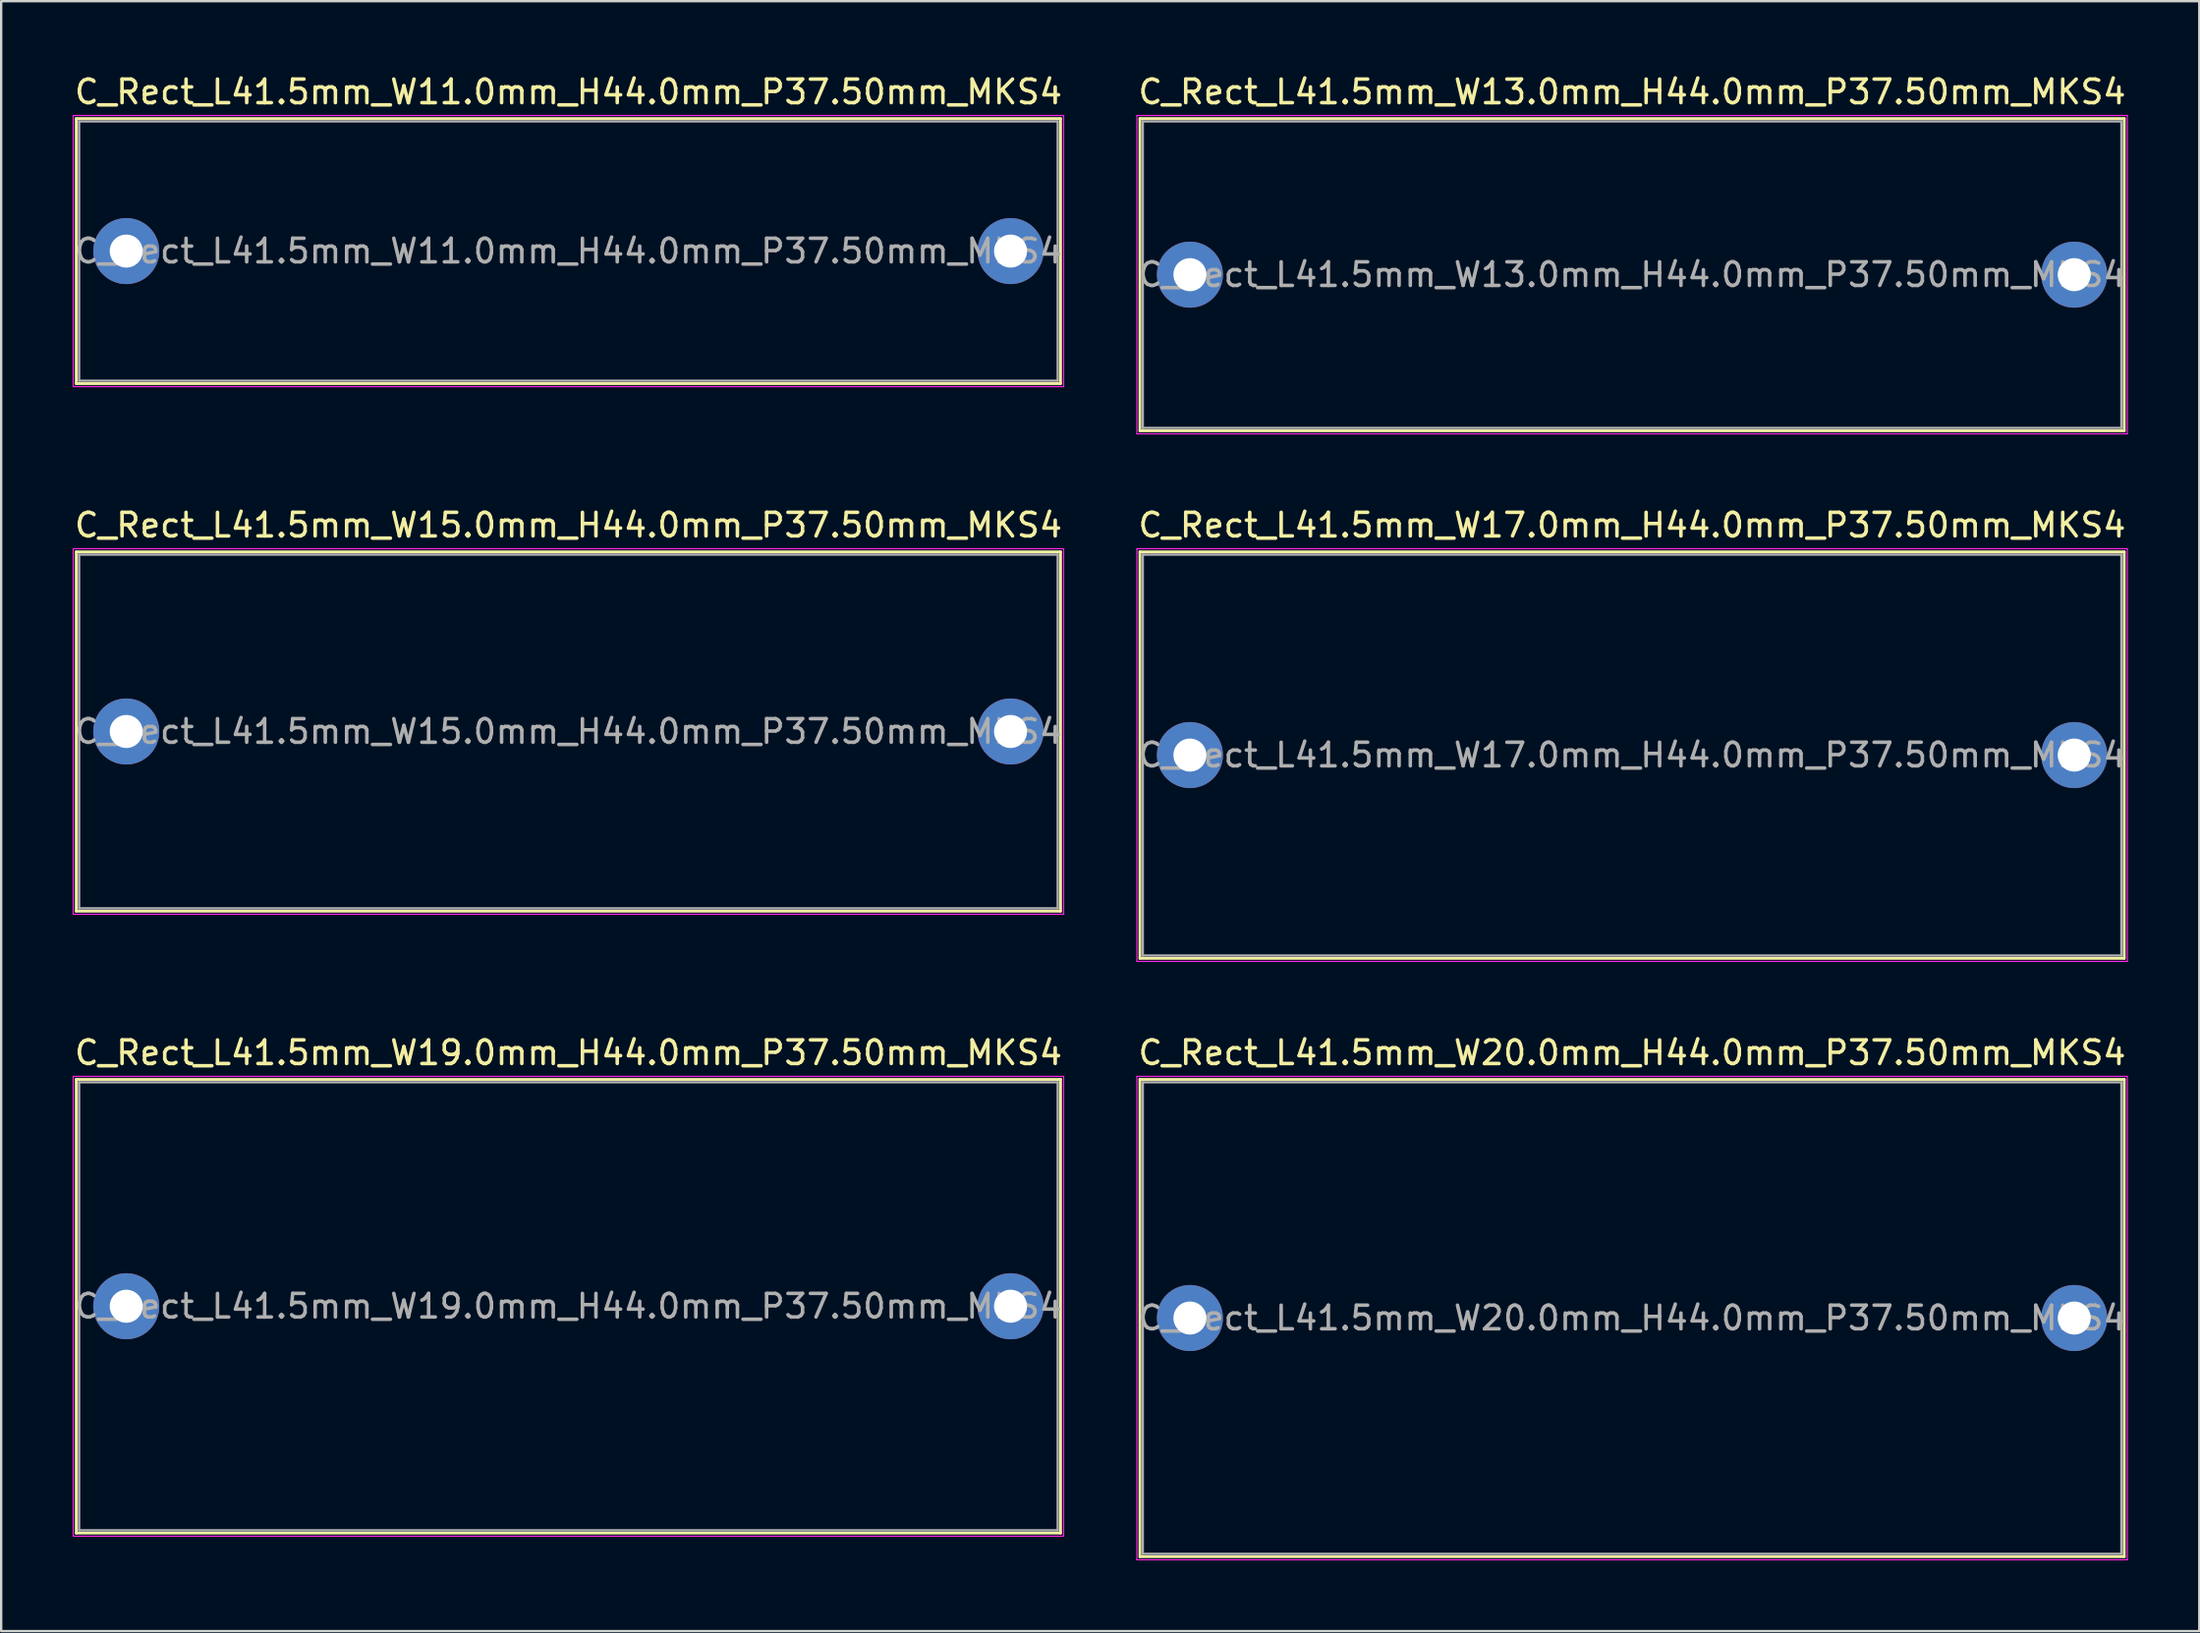
<source format=kicad_pcb>
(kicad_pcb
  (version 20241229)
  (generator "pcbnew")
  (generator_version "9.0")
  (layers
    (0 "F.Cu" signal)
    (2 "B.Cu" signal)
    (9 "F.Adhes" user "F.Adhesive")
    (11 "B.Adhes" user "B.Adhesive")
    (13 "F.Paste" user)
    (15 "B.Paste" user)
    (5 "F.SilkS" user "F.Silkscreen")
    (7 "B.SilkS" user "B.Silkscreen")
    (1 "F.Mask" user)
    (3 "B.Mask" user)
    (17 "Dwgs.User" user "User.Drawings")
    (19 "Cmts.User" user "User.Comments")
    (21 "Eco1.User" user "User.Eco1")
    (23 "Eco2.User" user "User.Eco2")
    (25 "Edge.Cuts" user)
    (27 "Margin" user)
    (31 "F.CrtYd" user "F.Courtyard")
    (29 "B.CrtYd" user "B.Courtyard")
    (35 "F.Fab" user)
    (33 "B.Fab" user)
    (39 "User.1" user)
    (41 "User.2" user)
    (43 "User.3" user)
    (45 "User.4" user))
  (footprint "C_Rect_L41.5mm_W11.0mm_H44.0mm_P37.50mm_MKS4"
    (layer "F.Cu")
    (at 2.304 7.598)
    (property "Reference" "C_Rect_L41.5mm_W11.0mm_H44.0mm_P37.50mm_MKS4" (at 18.75 -6.75 0) (layer "F.SilkS") (effects (font (size 1 1) (thickness 0.15))))
    (attr through_hole)
    (fp_line (start -2.12 -5.62) (end -2.12 5.62) (stroke (width 0.12) (type solid)) (layer "F.SilkS"))
    (fp_line (start -2.12 -5.62) (end 39.62 -5.62) (stroke (width 0.12) (type solid)) (layer "F.SilkS"))
    (fp_line (start -2.12 5.62) (end 39.62 5.62) (stroke (width 0.12) (type solid)) (layer "F.SilkS"))
    (fp_line (start 39.62 -5.62) (end 39.62 5.62) (stroke (width 0.12) (type solid)) (layer "F.SilkS"))
    (fp_line (start -2.25 -5.75) (end -2.25 5.75) (stroke (width 0.05) (type solid)) (layer "F.CrtYd"))
    (fp_line (start -2.25 5.75) (end 39.75 5.75) (stroke (width 0.05) (type solid)) (layer "F.CrtYd"))
    (fp_line (start 39.75 -5.75) (end -2.25 -5.75) (stroke (width 0.05) (type solid)) (layer "F.CrtYd"))
    (fp_line (start 39.75 5.75) (end 39.75 -5.75) (stroke (width 0.05) (type solid)) (layer "F.CrtYd"))
    (fp_line (start -2 -5.5) (end -2 5.5) (stroke (width 0.1) (type solid)) (layer "F.Fab"))
    (fp_line (start -2 5.5) (end 39.5 5.5) (stroke (width 0.1) (type solid)) (layer "F.Fab"))
    (fp_line (start 39.5 -5.5) (end -2 -5.5) (stroke (width 0.1) (type solid)) (layer "F.Fab"))
    (fp_line (start 39.5 5.5) (end 39.5 -5.5) (stroke (width 0.1) (type solid)) (layer "F.Fab"))
    (fp_text user "${REFERENCE}" (at 18.75 0 0) (layer "F.Fab") (effects (font (size 1 1) (thickness 0.15))))
    (pad "1" thru_hole circle (at 0 0) (size 2.8 2.8) (drill 1.4) (layers "*.Cu" "*.Mask"))
    (pad "2" thru_hole circle (at 37.5 0) (size 2.8 2.8) (drill 1.4) (layers "*.Cu" "*.Mask")))
  (footprint "C_Rect_L41.5mm_W17.0mm_H44.0mm_P37.50mm_MKS4"
    (layer "F.Cu")
    (at 47.411 28.971)
    (property "Reference" "C_Rect_L41.5mm_W17.0mm_H44.0mm_P37.50mm_MKS4" (at 18.75 -9.75 0) (layer "F.SilkS") (effects (font (size 1 1) (thickness 0.15))))
    (attr through_hole)
    (fp_line (start -2.12 -8.62) (end -2.12 8.62) (stroke (width 0.12) (type solid)) (layer "F.SilkS"))
    (fp_line (start -2.12 -8.62) (end 39.62 -8.62) (stroke (width 0.12) (type solid)) (layer "F.SilkS"))
    (fp_line (start -2.12 8.62) (end 39.62 8.62) (stroke (width 0.12) (type solid)) (layer "F.SilkS"))
    (fp_line (start 39.62 -8.62) (end 39.62 8.62) (stroke (width 0.12) (type solid)) (layer "F.SilkS"))
    (fp_line (start -2.25 -8.75) (end -2.25 8.75) (stroke (width 0.05) (type solid)) (layer "F.CrtYd"))
    (fp_line (start -2.25 8.75) (end 39.75 8.75) (stroke (width 0.05) (type solid)) (layer "F.CrtYd"))
    (fp_line (start 39.75 -8.75) (end -2.25 -8.75) (stroke (width 0.05) (type solid)) (layer "F.CrtYd"))
    (fp_line (start 39.75 8.75) (end 39.75 -8.75) (stroke (width 0.05) (type solid)) (layer "F.CrtYd"))
    (fp_line (start -2 -8.5) (end -2 8.5) (stroke (width 0.1) (type solid)) (layer "F.Fab"))
    (fp_line (start -2 8.5) (end 39.5 8.5) (stroke (width 0.1) (type solid)) (layer "F.Fab"))
    (fp_line (start 39.5 -8.5) (end -2 -8.5) (stroke (width 0.1) (type solid)) (layer "F.Fab"))
    (fp_line (start 39.5 8.5) (end 39.5 -8.5) (stroke (width 0.1) (type solid)) (layer "F.Fab"))
    (fp_text user "${REFERENCE}" (at 18.75 0 0) (layer "F.Fab") (effects (font (size 1 1) (thickness 0.15))))
    (pad "1" thru_hole circle (at 0 0) (size 2.8 2.8) (drill 1.4) (layers "*.Cu" "*.Mask"))
    (pad "2" thru_hole circle (at 37.5 0) (size 2.8 2.8) (drill 1.4) (layers "*.Cu" "*.Mask")))
  (footprint "C_Rect_L41.5mm_W15.0mm_H44.0mm_P37.50mm_MKS4"
    (layer "F.Cu")
    (at 2.304 27.971)
    (property "Reference" "C_Rect_L41.5mm_W15.0mm_H44.0mm_P37.50mm_MKS4" (at 18.75 -8.75 0) (layer "F.SilkS") (effects (font (size 1 1) (thickness 0.15))))
    (attr through_hole)
    (fp_line (start -2.12 -7.62) (end -2.12 7.62) (stroke (width 0.12) (type solid)) (layer "F.SilkS"))
    (fp_line (start -2.12 -7.62) (end 39.62 -7.62) (stroke (width 0.12) (type solid)) (layer "F.SilkS"))
    (fp_line (start -2.12 7.62) (end 39.62 7.62) (stroke (width 0.12) (type solid)) (layer "F.SilkS"))
    (fp_line (start 39.62 -7.62) (end 39.62 7.62) (stroke (width 0.12) (type solid)) (layer "F.SilkS"))
    (fp_line (start -2.25 -7.75) (end -2.25 7.75) (stroke (width 0.05) (type solid)) (layer "F.CrtYd"))
    (fp_line (start -2.25 7.75) (end 39.75 7.75) (stroke (width 0.05) (type solid)) (layer "F.CrtYd"))
    (fp_line (start 39.75 -7.75) (end -2.25 -7.75) (stroke (width 0.05) (type solid)) (layer "F.CrtYd"))
    (fp_line (start 39.75 7.75) (end 39.75 -7.75) (stroke (width 0.05) (type solid)) (layer "F.CrtYd"))
    (fp_line (start -2 -7.5) (end -2 7.5) (stroke (width 0.1) (type solid)) (layer "F.Fab"))
    (fp_line (start -2 7.5) (end 39.5 7.5) (stroke (width 0.1) (type solid)) (layer "F.Fab"))
    (fp_line (start 39.5 -7.5) (end -2 -7.5) (stroke (width 0.1) (type solid)) (layer "F.Fab"))
    (fp_line (start 39.5 7.5) (end 39.5 -7.5) (stroke (width 0.1) (type solid)) (layer "F.Fab"))
    (fp_text user "${REFERENCE}" (at 18.75 0 0) (layer "F.Fab") (effects (font (size 1 1) (thickness 0.15))))
    (pad "1" thru_hole circle (at 0 0) (size 2.8 2.8) (drill 1.4) (layers "*.Cu" "*.Mask"))
    (pad "2" thru_hole circle (at 37.5 0) (size 2.8 2.8) (drill 1.4) (layers "*.Cu" "*.Mask")))
  (footprint "C_Rect_L41.5mm_W19.0mm_H44.0mm_P37.50mm_MKS4"
    (layer "F.Cu")
    (at 2.304 52.345)
    (property "Reference" "C_Rect_L41.5mm_W19.0mm_H44.0mm_P37.50mm_MKS4" (at 18.75 -10.75 0) (layer "F.SilkS") (effects (font (size 1 1) (thickness 0.15))))
    (attr through_hole)
    (fp_line (start -2.12 -9.62) (end -2.12 9.62) (stroke (width 0.12) (type solid)) (layer "F.SilkS"))
    (fp_line (start -2.12 -9.62) (end 39.62 -9.62) (stroke (width 0.12) (type solid)) (layer "F.SilkS"))
    (fp_line (start -2.12 9.62) (end 39.62 9.62) (stroke (width 0.12) (type solid)) (layer "F.SilkS"))
    (fp_line (start 39.62 -9.62) (end 39.62 9.62) (stroke (width 0.12) (type solid)) (layer "F.SilkS"))
    (fp_line (start -2.25 -9.75) (end -2.25 9.75) (stroke (width 0.05) (type solid)) (layer "F.CrtYd"))
    (fp_line (start -2.25 9.75) (end 39.75 9.75) (stroke (width 0.05) (type solid)) (layer "F.CrtYd"))
    (fp_line (start 39.75 -9.75) (end -2.25 -9.75) (stroke (width 0.05) (type solid)) (layer "F.CrtYd"))
    (fp_line (start 39.75 9.75) (end 39.75 -9.75) (stroke (width 0.05) (type solid)) (layer "F.CrtYd"))
    (fp_line (start -2 -9.5) (end -2 9.5) (stroke (width 0.1) (type solid)) (layer "F.Fab"))
    (fp_line (start -2 9.5) (end 39.5 9.5) (stroke (width 0.1) (type solid)) (layer "F.Fab"))
    (fp_line (start 39.5 -9.5) (end -2 -9.5) (stroke (width 0.1) (type solid)) (layer "F.Fab"))
    (fp_line (start 39.5 9.5) (end 39.5 -9.5) (stroke (width 0.1) (type solid)) (layer "F.Fab"))
    (fp_text user "${REFERENCE}" (at 18.75 0 0) (layer "F.Fab") (effects (font (size 1 1) (thickness 0.15))))
    (pad "1" thru_hole circle (at 0 0) (size 2.8 2.8) (drill 1.4) (layers "*.Cu" "*.Mask"))
    (pad "2" thru_hole circle (at 37.5 0) (size 2.8 2.8) (drill 1.4) (layers "*.Cu" "*.Mask")))
  (footprint "C_Rect_L41.5mm_W20.0mm_H44.0mm_P37.50mm_MKS4"
    (layer "F.Cu")
    (at 47.411 52.845)
    (property "Reference" "C_Rect_L41.5mm_W20.0mm_H44.0mm_P37.50mm_MKS4" (at 18.75 -11.25 0) (layer "F.SilkS") (effects (font (size 1 1) (thickness 0.15))))
    (attr through_hole)
    (fp_line (start -2.12 -10.12) (end -2.12 10.12) (stroke (width 0.12) (type solid)) (layer "F.SilkS"))
    (fp_line (start -2.12 -10.12) (end 39.62 -10.12) (stroke (width 0.12) (type solid)) (layer "F.SilkS"))
    (fp_line (start -2.12 10.12) (end 39.62 10.12) (stroke (width 0.12) (type solid)) (layer "F.SilkS"))
    (fp_line (start 39.62 -10.12) (end 39.62 10.12) (stroke (width 0.12) (type solid)) (layer "F.SilkS"))
    (fp_line (start -2.25 -10.25) (end -2.25 10.25) (stroke (width 0.05) (type solid)) (layer "F.CrtYd"))
    (fp_line (start -2.25 10.25) (end 39.75 10.25) (stroke (width 0.05) (type solid)) (layer "F.CrtYd"))
    (fp_line (start 39.75 -10.25) (end -2.25 -10.25) (stroke (width 0.05) (type solid)) (layer "F.CrtYd"))
    (fp_line (start 39.75 10.25) (end 39.75 -10.25) (stroke (width 0.05) (type solid)) (layer "F.CrtYd"))
    (fp_line (start -2 -10) (end -2 10) (stroke (width 0.1) (type solid)) (layer "F.Fab"))
    (fp_line (start -2 10) (end 39.5 10) (stroke (width 0.1) (type solid)) (layer "F.Fab"))
    (fp_line (start 39.5 -10) (end -2 -10) (stroke (width 0.1) (type solid)) (layer "F.Fab"))
    (fp_line (start 39.5 10) (end 39.5 -10) (stroke (width 0.1) (type solid)) (layer "F.Fab"))
    (fp_text user "${REFERENCE}" (at 18.75 0 0) (layer "F.Fab") (effects (font (size 1 1) (thickness 0.15))))
    (pad "1" thru_hole circle (at 0 0) (size 2.8 2.8) (drill 1.4) (layers "*.Cu" "*.Mask"))
    (pad "2" thru_hole circle (at 37.5 0) (size 2.8 2.8) (drill 1.4) (layers "*.Cu" "*.Mask")))
  (footprint "C_Rect_L41.5mm_W13.0mm_H44.0mm_P37.50mm_MKS4"
    (layer "F.Cu")
    (at 47.411 8.598)
    (property "Reference" "C_Rect_L41.5mm_W13.0mm_H44.0mm_P37.50mm_MKS4" (at 18.75 -7.75 0) (layer "F.SilkS") (effects (font (size 1 1) (thickness 0.15))))
    (attr through_hole)
    (fp_line (start -2.12 -6.62) (end -2.12 6.62) (stroke (width 0.12) (type solid)) (layer "F.SilkS"))
    (fp_line (start -2.12 -6.62) (end 39.62 -6.62) (stroke (width 0.12) (type solid)) (layer "F.SilkS"))
    (fp_line (start -2.12 6.62) (end 39.62 6.62) (stroke (width 0.12) (type solid)) (layer "F.SilkS"))
    (fp_line (start 39.62 -6.62) (end 39.62 6.62) (stroke (width 0.12) (type solid)) (layer "F.SilkS"))
    (fp_line (start -2.25 -6.75) (end -2.25 6.75) (stroke (width 0.05) (type solid)) (layer "F.CrtYd"))
    (fp_line (start -2.25 6.75) (end 39.75 6.75) (stroke (width 0.05) (type solid)) (layer "F.CrtYd"))
    (fp_line (start 39.75 -6.75) (end -2.25 -6.75) (stroke (width 0.05) (type solid)) (layer "F.CrtYd"))
    (fp_line (start 39.75 6.75) (end 39.75 -6.75) (stroke (width 0.05) (type solid)) (layer "F.CrtYd"))
    (fp_line (start -2 -6.5) (end -2 6.5) (stroke (width 0.1) (type solid)) (layer "F.Fab"))
    (fp_line (start -2 6.5) (end 39.5 6.5) (stroke (width 0.1) (type solid)) (layer "F.Fab"))
    (fp_line (start 39.5 -6.5) (end -2 -6.5) (stroke (width 0.1) (type solid)) (layer "F.Fab"))
    (fp_line (start 39.5 6.5) (end 39.5 -6.5) (stroke (width 0.1) (type solid)) (layer "F.Fab"))
    (fp_text user "${REFERENCE}" (at 18.75 0 0) (layer "F.Fab") (effects (font (size 1 1) (thickness 0.15))))
    (pad "1" thru_hole circle (at 0 0) (size 2.8 2.8) (drill 1.4) (layers "*.Cu" "*.Mask"))
    (pad "2" thru_hole circle (at 37.5 0) (size 2.8 2.8) (drill 1.4) (layers "*.Cu" "*.Mask")))
  (gr_rect
    (start -3 -3)
    (end 90.214 66.12)
    (stroke (width 0.1) (type default))
    (fill no)
    (layer "Edge.Cuts")))
</source>
